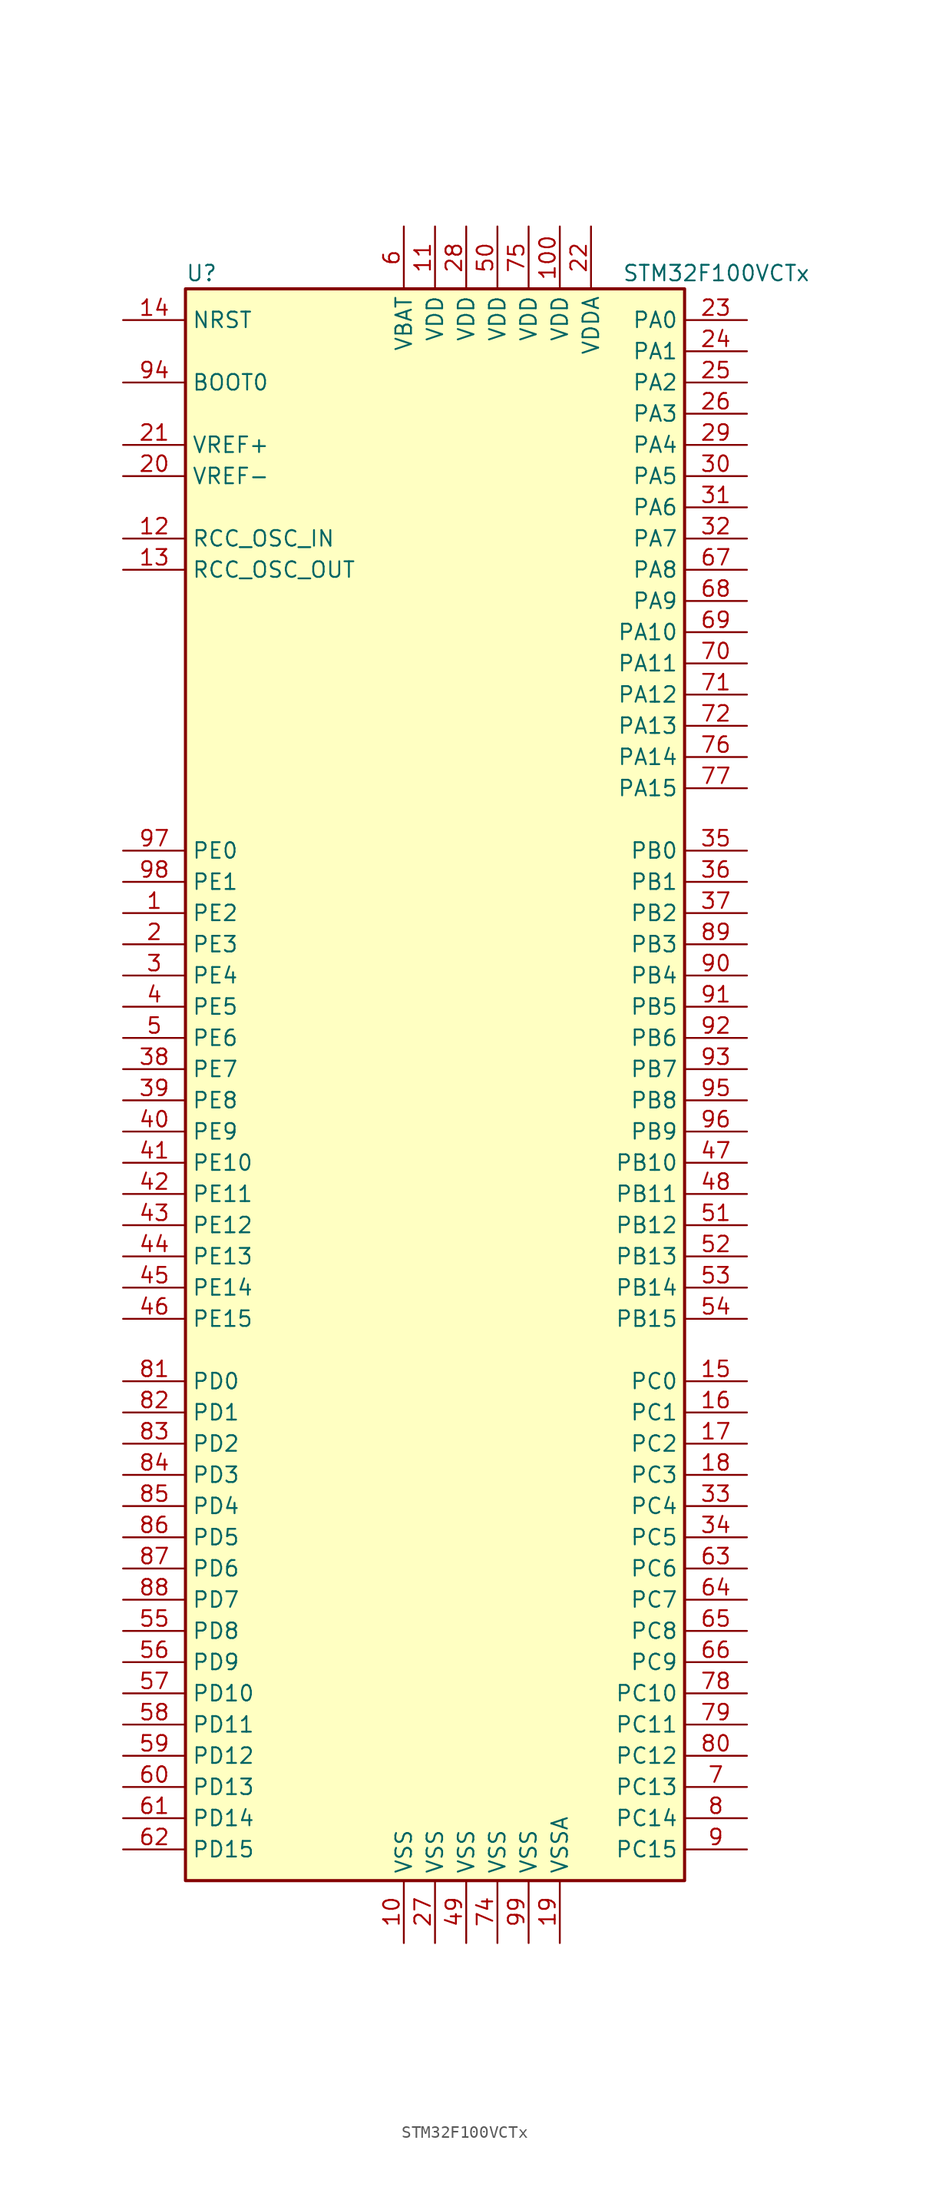
<source format=kicad_sym>
(kicad_symbol_lib
  (version 20200908)
  (generator kicad_symbol_editor)
  (symbol "MCU_ST_STM32F1:STM32F100VCTx"
    (property "Reference" "U"
      (at -20.32 64.77 0)
      (effects (font (size 1.27 1.27)) (justify left)))
    (property "Value" "STM32F100VCTx"
      (at 15.24 64.77 0)
      (effects (font (size 1.27 1.27)) (justify left)))
    (symbol "STM32F100VCTx_0_1"
      (rectangle (start -20.32 -66.04) (end 20.32 63.5) (stroke (width 0.254)) (fill (type background))))
    (symbol "STM32F100VCTx_1_1"
      (pin input line (at -25.4 55.88 0) (length 5.08) (name "BOOT0" (effects (font (size 1.27 1.27)))) (number "94" (effects (font (size 1.27 1.27)))))
      (pin unconnected line (at -20.32 -63.5 0) (length 5.08) hide (name "NC" (effects (font (size 1.27 1.27)))) (number "73" (effects (font (size 1.27 1.27)))))
      (pin input line (at -25.4 60.96 0) (length 5.08) (name "NRST" (effects (font (size 1.27 1.27)))) (number "14" (effects (font (size 1.27 1.27)))))
      (pin bidirectional line (at 25.4 60.96 180) (length 5.08) (name "PA0" (effects (font (size 1.27 1.27)))) (number "23" (effects (font (size 1.27 1.27)))))
      (pin bidirectional line (at 25.4 58.42 180) (length 5.08) (name "PA1" (effects (font (size 1.27 1.27)))) (number "24" (effects (font (size 1.27 1.27)))))
      (pin bidirectional line (at 25.4 35.56 180) (length 5.08) (name "PA10" (effects (font (size 1.27 1.27)))) (number "69" (effects (font (size 1.27 1.27)))))
      (pin bidirectional line (at 25.4 33.02 180) (length 5.08) (name "PA11" (effects (font (size 1.27 1.27)))) (number "70" (effects (font (size 1.27 1.27)))))
      (pin bidirectional line (at 25.4 30.48 180) (length 5.08) (name "PA12" (effects (font (size 1.27 1.27)))) (number "71" (effects (font (size 1.27 1.27)))))
      (pin bidirectional line (at 25.4 27.94 180) (length 5.08) (name "PA13" (effects (font (size 1.27 1.27)))) (number "72" (effects (font (size 1.27 1.27)))))
      (pin bidirectional line (at 25.4 25.4 180) (length 5.08) (name "PA14" (effects (font (size 1.27 1.27)))) (number "76" (effects (font (size 1.27 1.27)))))
      (pin bidirectional line (at 25.4 22.86 180) (length 5.08) (name "PA15" (effects (font (size 1.27 1.27)))) (number "77" (effects (font (size 1.27 1.27)))))
      (pin bidirectional line (at 25.4 55.88 180) (length 5.08) (name "PA2" (effects (font (size 1.27 1.27)))) (number "25" (effects (font (size 1.27 1.27)))))
      (pin bidirectional line (at 25.4 53.34 180) (length 5.08) (name "PA3" (effects (font (size 1.27 1.27)))) (number "26" (effects (font (size 1.27 1.27)))))
      (pin bidirectional line (at 25.4 50.8 180) (length 5.08) (name "PA4" (effects (font (size 1.27 1.27)))) (number "29" (effects (font (size 1.27 1.27)))))
      (pin bidirectional line (at 25.4 48.26 180) (length 5.08) (name "PA5" (effects (font (size 1.27 1.27)))) (number "30" (effects (font (size 1.27 1.27)))))
      (pin bidirectional line (at 25.4 45.72 180) (length 5.08) (name "PA6" (effects (font (size 1.27 1.27)))) (number "31" (effects (font (size 1.27 1.27)))))
      (pin bidirectional line (at 25.4 43.18 180) (length 5.08) (name "PA7" (effects (font (size 1.27 1.27)))) (number "32" (effects (font (size 1.27 1.27)))))
      (pin bidirectional line (at 25.4 40.64 180) (length 5.08) (name "PA8" (effects (font (size 1.27 1.27)))) (number "67" (effects (font (size 1.27 1.27)))))
      (pin bidirectional line (at 25.4 38.1 180) (length 5.08) (name "PA9" (effects (font (size 1.27 1.27)))) (number "68" (effects (font (size 1.27 1.27)))))
      (pin bidirectional line (at 25.4 17.78 180) (length 5.08) (name "PB0" (effects (font (size 1.27 1.27)))) (number "35" (effects (font (size 1.27 1.27)))))
      (pin bidirectional line (at 25.4 15.24 180) (length 5.08) (name "PB1" (effects (font (size 1.27 1.27)))) (number "36" (effects (font (size 1.27 1.27)))))
      (pin bidirectional line (at 25.4 -7.62 180) (length 5.08) (name "PB10" (effects (font (size 1.27 1.27)))) (number "47" (effects (font (size 1.27 1.27)))))
      (pin bidirectional line (at 25.4 -10.16 180) (length 5.08) (name "PB11" (effects (font (size 1.27 1.27)))) (number "48" (effects (font (size 1.27 1.27)))))
      (pin bidirectional line (at 25.4 -12.7 180) (length 5.08) (name "PB12" (effects (font (size 1.27 1.27)))) (number "51" (effects (font (size 1.27 1.27)))))
      (pin bidirectional line (at 25.4 -15.24 180) (length 5.08) (name "PB13" (effects (font (size 1.27 1.27)))) (number "52" (effects (font (size 1.27 1.27)))))
      (pin bidirectional line (at 25.4 -17.78 180) (length 5.08) (name "PB14" (effects (font (size 1.27 1.27)))) (number "53" (effects (font (size 1.27 1.27)))))
      (pin bidirectional line (at 25.4 -20.32 180) (length 5.08) (name "PB15" (effects (font (size 1.27 1.27)))) (number "54" (effects (font (size 1.27 1.27)))))
      (pin bidirectional line (at 25.4 12.7 180) (length 5.08) (name "PB2" (effects (font (size 1.27 1.27)))) (number "37" (effects (font (size 1.27 1.27)))))
      (pin bidirectional line (at 25.4 10.16 180) (length 5.08) (name "PB3" (effects (font (size 1.27 1.27)))) (number "89" (effects (font (size 1.27 1.27)))))
      (pin bidirectional line (at 25.4 7.62 180) (length 5.08) (name "PB4" (effects (font (size 1.27 1.27)))) (number "90" (effects (font (size 1.27 1.27)))))
      (pin bidirectional line (at 25.4 5.08 180) (length 5.08) (name "PB5" (effects (font (size 1.27 1.27)))) (number "91" (effects (font (size 1.27 1.27)))))
      (pin bidirectional line (at 25.4 2.54 180) (length 5.08) (name "PB6" (effects (font (size 1.27 1.27)))) (number "92" (effects (font (size 1.27 1.27)))))
      (pin bidirectional line (at 25.4 0 180) (length 5.08) (name "PB7" (effects (font (size 1.27 1.27)))) (number "93" (effects (font (size 1.27 1.27)))))
      (pin bidirectional line (at 25.4 -2.54 180) (length 5.08) (name "PB8" (effects (font (size 1.27 1.27)))) (number "95" (effects (font (size 1.27 1.27)))))
      (pin bidirectional line (at 25.4 -5.08 180) (length 5.08) (name "PB9" (effects (font (size 1.27 1.27)))) (number "96" (effects (font (size 1.27 1.27)))))
      (pin bidirectional line (at 25.4 -25.4 180) (length 5.08) (name "PC0" (effects (font (size 1.27 1.27)))) (number "15" (effects (font (size 1.27 1.27)))))
      (pin bidirectional line (at 25.4 -27.94 180) (length 5.08) (name "PC1" (effects (font (size 1.27 1.27)))) (number "16" (effects (font (size 1.27 1.27)))))
      (pin bidirectional line (at 25.4 -50.8 180) (length 5.08) (name "PC10" (effects (font (size 1.27 1.27)))) (number "78" (effects (font (size 1.27 1.27)))))
      (pin bidirectional line (at 25.4 -53.34 180) (length 5.08) (name "PC11" (effects (font (size 1.27 1.27)))) (number "79" (effects (font (size 1.27 1.27)))))
      (pin bidirectional line (at 25.4 -55.88 180) (length 5.08) (name "PC12" (effects (font (size 1.27 1.27)))) (number "80" (effects (font (size 1.27 1.27)))))
      (pin bidirectional line (at 25.4 -58.42 180) (length 5.08) (name "PC13" (effects (font (size 1.27 1.27)))) (number "7" (effects (font (size 1.27 1.27)))))
      (pin bidirectional line (at 25.4 -60.96 180) (length 5.08) (name "PC14" (effects (font (size 1.27 1.27)))) (number "8" (effects (font (size 1.27 1.27)))))
      (pin bidirectional line (at 25.4 -63.5 180) (length 5.08) (name "PC15" (effects (font (size 1.27 1.27)))) (number "9" (effects (font (size 1.27 1.27)))))
      (pin bidirectional line (at 25.4 -30.48 180) (length 5.08) (name "PC2" (effects (font (size 1.27 1.27)))) (number "17" (effects (font (size 1.27 1.27)))))
      (pin bidirectional line (at 25.4 -33.02 180) (length 5.08) (name "PC3" (effects (font (size 1.27 1.27)))) (number "18" (effects (font (size 1.27 1.27)))))
      (pin bidirectional line (at 25.4 -35.56 180) (length 5.08) (name "PC4" (effects (font (size 1.27 1.27)))) (number "33" (effects (font (size 1.27 1.27)))))
      (pin bidirectional line (at 25.4 -38.1 180) (length 5.08) (name "PC5" (effects (font (size 1.27 1.27)))) (number "34" (effects (font (size 1.27 1.27)))))
      (pin bidirectional line (at 25.4 -40.64 180) (length 5.08) (name "PC6" (effects (font (size 1.27 1.27)))) (number "63" (effects (font (size 1.27 1.27)))))
      (pin bidirectional line (at 25.4 -43.18 180) (length 5.08) (name "PC7" (effects (font (size 1.27 1.27)))) (number "64" (effects (font (size 1.27 1.27)))))
      (pin bidirectional line (at 25.4 -45.72 180) (length 5.08) (name "PC8" (effects (font (size 1.27 1.27)))) (number "65" (effects (font (size 1.27 1.27)))))
      (pin bidirectional line (at 25.4 -48.26 180) (length 5.08) (name "PC9" (effects (font (size 1.27 1.27)))) (number "66" (effects (font (size 1.27 1.27)))))
      (pin bidirectional line (at -25.4 -25.4 0) (length 5.08) (name "PD0" (effects (font (size 1.27 1.27)))) (number "81" (effects (font (size 1.27 1.27)))))
      (pin bidirectional line (at -25.4 -27.94 0) (length 5.08) (name "PD1" (effects (font (size 1.27 1.27)))) (number "82" (effects (font (size 1.27 1.27)))))
      (pin bidirectional line (at -25.4 -50.8 0) (length 5.08) (name "PD10" (effects (font (size 1.27 1.27)))) (number "57" (effects (font (size 1.27 1.27)))))
      (pin bidirectional line (at -25.4 -53.34 0) (length 5.08) (name "PD11" (effects (font (size 1.27 1.27)))) (number "58" (effects (font (size 1.27 1.27)))))
      (pin bidirectional line (at -25.4 -55.88 0) (length 5.08) (name "PD12" (effects (font (size 1.27 1.27)))) (number "59" (effects (font (size 1.27 1.27)))))
      (pin bidirectional line (at -25.4 -58.42 0) (length 5.08) (name "PD13" (effects (font (size 1.27 1.27)))) (number "60" (effects (font (size 1.27 1.27)))))
      (pin bidirectional line (at -25.4 -60.96 0) (length 5.08) (name "PD14" (effects (font (size 1.27 1.27)))) (number "61" (effects (font (size 1.27 1.27)))))
      (pin bidirectional line (at -25.4 -63.5 0) (length 5.08) (name "PD15" (effects (font (size 1.27 1.27)))) (number "62" (effects (font (size 1.27 1.27)))))
      (pin bidirectional line (at -25.4 -30.48 0) (length 5.08) (name "PD2" (effects (font (size 1.27 1.27)))) (number "83" (effects (font (size 1.27 1.27)))))
      (pin bidirectional line (at -25.4 -33.02 0) (length 5.08) (name "PD3" (effects (font (size 1.27 1.27)))) (number "84" (effects (font (size 1.27 1.27)))))
      (pin bidirectional line (at -25.4 -35.56 0) (length 5.08) (name "PD4" (effects (font (size 1.27 1.27)))) (number "85" (effects (font (size 1.27 1.27)))))
      (pin bidirectional line (at -25.4 -38.1 0) (length 5.08) (name "PD5" (effects (font (size 1.27 1.27)))) (number "86" (effects (font (size 1.27 1.27)))))
      (pin bidirectional line (at -25.4 -40.64 0) (length 5.08) (name "PD6" (effects (font (size 1.27 1.27)))) (number "87" (effects (font (size 1.27 1.27)))))
      (pin bidirectional line (at -25.4 -43.18 0) (length 5.08) (name "PD7" (effects (font (size 1.27 1.27)))) (number "88" (effects (font (size 1.27 1.27)))))
      (pin bidirectional line (at -25.4 -45.72 0) (length 5.08) (name "PD8" (effects (font (size 1.27 1.27)))) (number "55" (effects (font (size 1.27 1.27)))))
      (pin bidirectional line (at -25.4 -48.26 0) (length 5.08) (name "PD9" (effects (font (size 1.27 1.27)))) (number "56" (effects (font (size 1.27 1.27)))))
      (pin bidirectional line (at -25.4 17.78 0) (length 5.08) (name "PE0" (effects (font (size 1.27 1.27)))) (number "97" (effects (font (size 1.27 1.27)))))
      (pin bidirectional line (at -25.4 15.24 0) (length 5.08) (name "PE1" (effects (font (size 1.27 1.27)))) (number "98" (effects (font (size 1.27 1.27)))))
      (pin bidirectional line (at -25.4 -7.62 0) (length 5.08) (name "PE10" (effects (font (size 1.27 1.27)))) (number "41" (effects (font (size 1.27 1.27)))))
      (pin bidirectional line (at -25.4 -10.16 0) (length 5.08) (name "PE11" (effects (font (size 1.27 1.27)))) (number "42" (effects (font (size 1.27 1.27)))))
      (pin bidirectional line (at -25.4 -12.7 0) (length 5.08) (name "PE12" (effects (font (size 1.27 1.27)))) (number "43" (effects (font (size 1.27 1.27)))))
      (pin bidirectional line (at -25.4 -15.24 0) (length 5.08) (name "PE13" (effects (font (size 1.27 1.27)))) (number "44" (effects (font (size 1.27 1.27)))))
      (pin bidirectional line (at -25.4 -17.78 0) (length 5.08) (name "PE14" (effects (font (size 1.27 1.27)))) (number "45" (effects (font (size 1.27 1.27)))))
      (pin bidirectional line (at -25.4 -20.32 0) (length 5.08) (name "PE15" (effects (font (size 1.27 1.27)))) (number "46" (effects (font (size 1.27 1.27)))))
      (pin bidirectional line (at -25.4 12.7 0) (length 5.08) (name "PE2" (effects (font (size 1.27 1.27)))) (number "1" (effects (font (size 1.27 1.27)))))
      (pin bidirectional line (at -25.4 10.16 0) (length 5.08) (name "PE3" (effects (font (size 1.27 1.27)))) (number "2" (effects (font (size 1.27 1.27)))))
      (pin bidirectional line (at -25.4 7.62 0) (length 5.08) (name "PE4" (effects (font (size 1.27 1.27)))) (number "3" (effects (font (size 1.27 1.27)))))
      (pin bidirectional line (at -25.4 5.08 0) (length 5.08) (name "PE5" (effects (font (size 1.27 1.27)))) (number "4" (effects (font (size 1.27 1.27)))))
      (pin bidirectional line (at -25.4 2.54 0) (length 5.08) (name "PE6" (effects (font (size 1.27 1.27)))) (number "5" (effects (font (size 1.27 1.27)))))
      (pin bidirectional line (at -25.4 0 0) (length 5.08) (name "PE7" (effects (font (size 1.27 1.27)))) (number "38" (effects (font (size 1.27 1.27)))))
      (pin bidirectional line (at -25.4 -2.54 0) (length 5.08) (name "PE8" (effects (font (size 1.27 1.27)))) (number "39" (effects (font (size 1.27 1.27)))))
      (pin bidirectional line (at -25.4 -5.08 0) (length 5.08) (name "PE9" (effects (font (size 1.27 1.27)))) (number "40" (effects (font (size 1.27 1.27)))))
      (pin input line (at -25.4 43.18 0) (length 5.08) (name "RCC_OSC_IN" (effects (font (size 1.27 1.27)))) (number "12" (effects (font (size 1.27 1.27)))))
      (pin input line (at -25.4 40.64 0) (length 5.08) (name "RCC_OSC_OUT" (effects (font (size 1.27 1.27)))) (number "13" (effects (font (size 1.27 1.27)))))
      (pin power_in line (at -2.54 68.58 270) (length 5.08) (name "VBAT" (effects (font (size 1.27 1.27)))) (number "6" (effects (font (size 1.27 1.27)))))
      (pin power_in line (at 10.16 68.58 270) (length 5.08) (name "VDD" (effects (font (size 1.27 1.27)))) (number "100" (effects (font (size 1.27 1.27)))))
      (pin power_in line (at 0 68.58 270) (length 5.08) (name "VDD" (effects (font (size 1.27 1.27)))) (number "11" (effects (font (size 1.27 1.27)))))
      (pin power_in line (at 2.54 68.58 270) (length 5.08) (name "VDD" (effects (font (size 1.27 1.27)))) (number "28" (effects (font (size 1.27 1.27)))))
      (pin power_in line (at 5.08 68.58 270) (length 5.08) (name "VDD" (effects (font (size 1.27 1.27)))) (number "50" (effects (font (size 1.27 1.27)))))
      (pin power_in line (at 7.62 68.58 270) (length 5.08) (name "VDD" (effects (font (size 1.27 1.27)))) (number "75" (effects (font (size 1.27 1.27)))))
      (pin power_in line (at 12.7 68.58 270) (length 5.08) (name "VDDA" (effects (font (size 1.27 1.27)))) (number "22" (effects (font (size 1.27 1.27)))))
      (pin power_in line (at -25.4 50.8 0) (length 5.08) (name "VREF+" (effects (font (size 1.27 1.27)))) (number "21" (effects (font (size 1.27 1.27)))))
      (pin power_in line (at -25.4 48.26 0) (length 5.08) (name "VREF-" (effects (font (size 1.27 1.27)))) (number "20" (effects (font (size 1.27 1.27)))))
      (pin power_in line (at -2.54 -71.12 90) (length 5.08) (name "VSS" (effects (font (size 1.27 1.27)))) (number "10" (effects (font (size 1.27 1.27)))))
      (pin power_in line (at 0 -71.12 90) (length 5.08) (name "VSS" (effects (font (size 1.27 1.27)))) (number "27" (effects (font (size 1.27 1.27)))))
      (pin power_in line (at 2.54 -71.12 90) (length 5.08) (name "VSS" (effects (font (size 1.27 1.27)))) (number "49" (effects (font (size 1.27 1.27)))))
      (pin power_in line (at 5.08 -71.12 90) (length 5.08) (name "VSS" (effects (font (size 1.27 1.27)))) (number "74" (effects (font (size 1.27 1.27)))))
      (pin power_in line (at 7.62 -71.12 90) (length 5.08) (name "VSS" (effects (font (size 1.27 1.27)))) (number "99" (effects (font (size 1.27 1.27)))))
      (pin power_in line (at 10.16 -71.12 90) (length 5.08) (name "VSSA" (effects (font (size 1.27 1.27)))) (number "19" (effects (font (size 1.27 1.27))))))))
</source>
